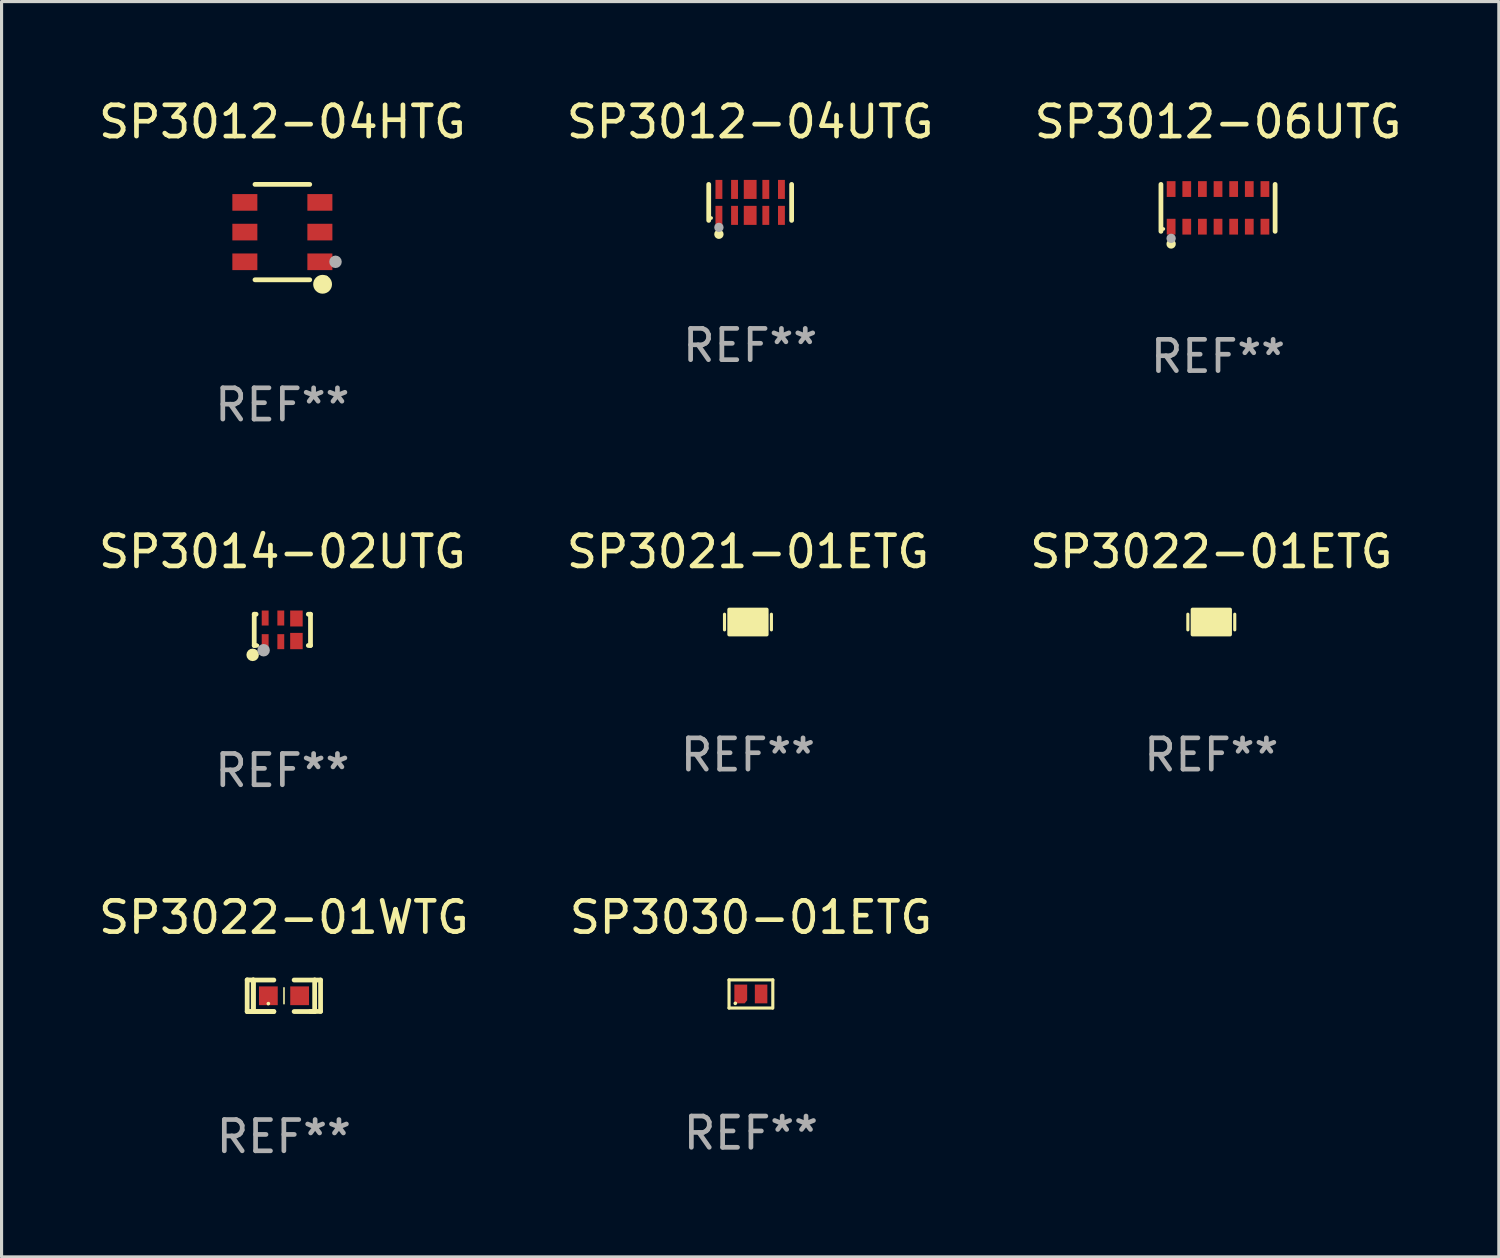
<source format=kicad_pcb>
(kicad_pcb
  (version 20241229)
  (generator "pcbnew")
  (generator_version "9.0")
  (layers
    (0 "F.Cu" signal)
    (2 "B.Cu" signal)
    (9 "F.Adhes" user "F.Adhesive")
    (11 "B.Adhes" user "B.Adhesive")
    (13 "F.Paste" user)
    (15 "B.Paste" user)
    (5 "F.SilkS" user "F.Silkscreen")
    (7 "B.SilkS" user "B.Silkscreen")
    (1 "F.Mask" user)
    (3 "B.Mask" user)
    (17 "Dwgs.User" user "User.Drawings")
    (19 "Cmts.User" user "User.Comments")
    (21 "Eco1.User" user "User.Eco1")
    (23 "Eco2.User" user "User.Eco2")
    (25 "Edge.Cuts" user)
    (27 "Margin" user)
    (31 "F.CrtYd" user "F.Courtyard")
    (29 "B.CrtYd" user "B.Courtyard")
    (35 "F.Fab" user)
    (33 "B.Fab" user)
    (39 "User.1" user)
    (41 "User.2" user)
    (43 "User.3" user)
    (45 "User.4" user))
  (footprint "SP3030-01ETG"
    (layer "F.Cu")
    (at 20.97 28.744)
    (property "Reference" "SP3030-01ETG" (at 0 -2.45 0) (layer "F.SilkS") (effects (font (size 1 1) (thickness 0.15))))
    (attr through_hole)
    (fp_line (start -0.7 -0.45) (end -0.7 0.45) (stroke (width 0.1) (type solid)) (layer "F.SilkS"))
    (fp_line (start -0.7 -0.45) (end 0.7 -0.45) (stroke (width 0.1) (type solid)) (layer "F.SilkS"))
    (fp_line (start -0.7 0.45) (end 0.69 0.45) (stroke (width 0.1) (type solid)) (layer "F.SilkS"))
    (fp_line (start 0.7 -0.45) (end 0.7 0.45) (stroke (width 0.1) (type solid)) (layer "F.SilkS"))
    (fp_circle (center -0.5 0.3) (end -0.47 0.3) (stroke (width 0.06) (type solid)) (fill no) (layer "F.SilkS"))
    (fp_text user "REF**" (at 0 4.45 0) (layer "F.Fab") (effects (font (size 1 1) (thickness 0.15))))
    (pad "1" smd custom (at -0.325 0) (size 0.41 0.6) (layers "F.Cu" "F.Mask" "F.Paste") (options (anchor circle)) (primitives (gr_poly (pts (xy -0.205 -0.3) (xy -0.205 0.3) (xy 0.125 0.3) (xy 0.205 0.2) (xy 0.205 -0.3) (xy -0.205 -0.3)) (width 0) (fill yes))))
    (pad "2" smd rect (at 0.325 0 90) (size 0.6 0.4) (layers "F.Cu" "F.Mask" "F.Paste")))
  (footprint "SP3021-01ETG"
    (layer "F.Cu")
    (at 20.875 16.847)
    (property "Reference" "SP3021-01ETG" (at 0 -2.25 0) (layer "F.SilkS") (effects (font (size 1 1) (thickness 0.15))))
    (attr through_hole)
    (fp_line (start -0.75 0.25) (end -0.75 -0.25) (stroke (width 0.1) (type solid)) (layer "F.SilkS"))
    (fp_line (start 0.75 -0.25) (end 0.75 0.25) (stroke (width 0.1) (type solid)) (layer "F.SilkS"))
    (fp_circle (center -0.5 0.3) (end -0.47 0.3) (stroke (width 0.06) (type solid)) (fill no) (layer "F.SilkS"))
    (fp_poly (pts (xy -0.6 -0.4) (xy 0.6 -0.4) (xy 0.6 0.4) (xy -0.6 0.4)) (stroke (width 0.12) (type solid)) (fill yes) (layer "F.SilkS"))
    (fp_text user "REF**" (at 0 4.25 0) (layer "F.Fab") (effects (font (size 1 1) (thickness 0.15))))
    (pad "1" smd rect (at -0.325 -0.000013) (size 0.3 0.6) (layers "F.Cu" "F.Mask" "F.Paste"))
    (pad "2" smd rect (at 0.325 -0.000013) (size 0.3 0.6) (layers "F.Cu" "F.Mask" "F.Paste")))
  (footprint "SP3012-06UTG"
    (layer "F.Cu")
    (at 35.911 3.599)
    (property "Reference" "SP3012-06UTG" (at 0 -2.751 0) (layer "F.SilkS") (effects (font (size 1 1) (thickness 0.15))))
    (attr through_hole)
    (fp_line (start -1.826 0.751) (end -1.826 -0.751) (stroke (width 0.152) (type solid)) (layer "F.SilkS"))
    (fp_line (start 1.826 0.751) (end 1.826 -0.751) (stroke (width 0.152) (type solid)) (layer "F.SilkS"))
    (fp_circle (center -1.75 0.675) (end -1.72 0.675) (stroke (width 0.06) (type solid)) (fill no) (layer "F.SilkS"))
    (fp_circle (center -1.5 1.155) (end -1.425 1.155) (stroke (width 0.15) (type solid)) (fill no) (layer "F.SilkS"))
    (fp_circle (center -1.5 0.975) (end -1.425 0.975) (stroke (width 0.15) (type solid)) (fill no) (layer "F.Fab"))
    (fp_text user "REF**" (at 0 4.751 0) (layer "F.Fab") (effects (font (size 1 1) (thickness 0.15))))
    (pad "1" smd rect (at -1.5 0.602) (size 0.28 0.505) (layers "F.Cu" "F.Mask" "F.Paste"))
    (pad "2" smd rect (at -1 0.602) (size 0.28 0.505) (layers "F.Cu" "F.Mask" "F.Paste"))
    (pad "3" smd rect (at -0.5 0.602) (size 0.28 0.505) (layers "F.Cu" "F.Mask" "F.Paste"))
    (pad "4" smd rect (at 0 0.602) (size 0.28 0.505) (layers "F.Cu" "F.Mask" "F.Paste"))
    (pad "5" smd rect (at 0.5 0.602) (size 0.28 0.505) (layers "F.Cu" "F.Mask" "F.Paste"))
    (pad "6" smd rect (at 1 0.602) (size 0.28 0.505) (layers "F.Cu" "F.Mask" "F.Paste"))
    (pad "7" smd rect (at 1.5 0.602) (size 0.28 0.505) (layers "F.Cu" "F.Mask" "F.Paste"))
    (pad "8" smd rect (at 1.5 -0.602) (size 0.28 0.505) (layers "F.Cu" "F.Mask" "F.Paste"))
    (pad "9" smd rect (at 1 -0.602) (size 0.28 0.505) (layers "F.Cu" "F.Mask" "F.Paste"))
    (pad "10" smd rect (at 0.5 -0.602) (size 0.28 0.505) (layers "F.Cu" "F.Mask" "F.Paste"))
    (pad "11" smd rect (at 0 -0.602) (size 0.28 0.505) (layers "F.Cu" "F.Mask" "F.Paste"))
    (pad "12" smd rect (at -0.5 -0.602) (size 0.28 0.505) (layers "F.Cu" "F.Mask" "F.Paste"))
    (pad "13" smd rect (at -1 -0.602) (size 0.28 0.505) (layers "F.Cu" "F.Mask" "F.Paste"))
    (pad "14" smd rect (at -1.5 -0.602) (size 0.28 0.505) (layers "F.Cu" "F.Mask" "F.Paste")))
  (footprint "SP3022-01WTG"
    (layer "F.Cu")
    (at 6.03 28.8)
    (property "Reference" "SP3022-01WTG" (at 0 -2.506 0) (layer "F.SilkS") (effects (font (size 1 1) (thickness 0.15))))
    (attr through_hole)
    (fp_line (start -1.174 -0.506) (end -0.977 -0.502) (stroke (width 0.152) (type solid)) (layer "F.SilkS"))
    (fp_line (start -1.174 0.506) (end -1.174 -0.506) (stroke (width 0.152) (type solid)) (layer "F.SilkS"))
    (fp_line (start -0.977 -0.502) (end -0.977 0.506) (stroke (width 0.152) (type solid)) (layer "F.SilkS"))
    (fp_line (start -0.977 -0.502) (end -0.977 0.506) (stroke (width 0.152) (type solid)) (layer "F.SilkS"))
    (fp_line (start -0.977 0.506) (end -1.166 0.506) (stroke (width 0.152) (type solid)) (layer "F.SilkS"))
    (fp_line (start -0.977 0.506) (end -0.32 0.506) (stroke (width 0.152) (type solid)) (layer "F.SilkS"))
    (fp_line (start -0.977 0.506) (end -0.32 0.506) (stroke (width 0.152) (type solid)) (layer "F.SilkS"))
    (fp_line (start -0.971 0.506) (end -1.174 0.506) (stroke (width 0.152) (type solid)) (layer "F.SilkS"))
    (fp_line (start -0.32 -0.502) (end -0.977 -0.502) (stroke (width 0.152) (type solid)) (layer "F.SilkS"))
    (fp_line (start 0.004 -0.252) (end 0.004 0.256) (stroke (width 0.051) (type solid)) (layer "F.SilkS"))
    (fp_line (start 0.328 0.506) (end 0.985 0.506) (stroke (width 0.152) (type solid)) (layer "F.SilkS"))
    (fp_line (start 0.985 -0.502) (end 0.328 -0.502) (stroke (width 0.152) (type solid)) (layer "F.SilkS"))
    (fp_line (start 0.985 -0.502) (end 1.174 -0.502) (stroke (width 0.152) (type solid)) (layer "F.SilkS"))
    (fp_line (start 0.985 0.506) (end 0.985 -0.502) (stroke (width 0.152) (type solid)) (layer "F.SilkS"))
    (fp_line (start 1.174 -0.502) (end 1.174 0.502) (stroke (width 0.152) (type solid)) (layer "F.SilkS"))
    (fp_line (start 1.174 0.502) (end 0.851 0.502) (stroke (width 0.152) (type solid)) (layer "F.SilkS"))
    (fp_circle (center -0.497 0.253) (end -0.467 0.253) (stroke (width 0.06) (type solid)) (fill no) (layer "F.SilkS"))
    (fp_text user "REF**" (at 0 4.506 0) (layer "F.Fab") (effects (font (size 1 1) (thickness 0.15))))
    (pad "1" smd rect (at -0.496 0.002) (size 0.6 0.6) (layers "F.Cu" "F.Mask" "F.Paste"))
    (pad "2" smd rect (at 0.504 0.002) (size 0.6 0.6) (layers "F.Cu" "F.Mask" "F.Paste")))
  (footprint "SP3022-01ETG"
    (layer "F.Cu")
    (at 35.696 16.847)
    (property "Reference" "SP3022-01ETG" (at 0 -2.25 0) (layer "F.SilkS") (effects (font (size 1 1) (thickness 0.15))))
    (attr through_hole)
    (fp_line (start -0.75 0.25) (end -0.75 -0.25) (stroke (width 0.1) (type solid)) (layer "F.SilkS"))
    (fp_line (start 0.75 -0.25) (end 0.75 0.25) (stroke (width 0.1) (type solid)) (layer "F.SilkS"))
    (fp_circle (center -0.5 0.3) (end -0.47 0.3) (stroke (width 0.06) (type solid)) (fill no) (layer "F.SilkS"))
    (fp_poly (pts (xy -0.6 -0.4) (xy 0.6 -0.4) (xy 0.6 0.4) (xy -0.6 0.4)) (stroke (width 0.12) (type solid)) (fill yes) (layer "F.SilkS"))
    (fp_text user "REF**" (at 0 4.25 0) (layer "F.Fab") (effects (font (size 1 1) (thickness 0.15))))
    (pad "1" smd rect (at -0.325 -0.000013) (size 0.3 0.6) (layers "F.Cu" "F.Mask" "F.Paste"))
    (pad "2" smd rect (at 0.325 -0.000013) (size 0.3 0.6) (layers "F.Cu" "F.Mask" "F.Paste")))
  (footprint "SP3014-02UTG"
    (layer "F.Cu")
    (at 5.982 17.097)
    (property "Reference" "SP3014-02UTG" (at 0 -2.5 0) (layer "F.SilkS") (effects (font (size 1 1) (thickness 0.15))))
    (attr through_hole)
    (fp_line (start -0.9 -0.5) (end -0.9 0.5) (stroke (width 0.152) (type solid)) (layer "F.SilkS"))
    (fp_line (start -0.9 -0.5) (end -0.84 -0.5) (stroke (width 0.152) (type solid)) (layer "F.SilkS"))
    (fp_line (start -0.84 0.5) (end -0.9 0.5) (stroke (width 0.152) (type solid)) (layer "F.SilkS"))
    (fp_line (start 0.83 -0.5) (end 0.9 -0.5) (stroke (width 0.152) (type solid)) (layer "F.SilkS"))
    (fp_line (start 0.9 -0.5) (end 0.9 0.5) (stroke (width 0.152) (type solid)) (layer "F.SilkS"))
    (fp_line (start 0.9 0.5) (end 0.83 0.5) (stroke (width 0.152) (type solid)) (layer "F.SilkS"))
    (fp_circle (center -0.95 0.8) (end -0.85 0.8) (stroke (width 0.2) (type solid)) (fill no) (layer "F.SilkS"))
    (fp_circle (center -0.8 0.5) (end -0.77 0.5) (stroke (width 0.06) (type solid)) (fill no) (layer "F.SilkS"))
    (fp_circle (center -0.6 0.652) (end -0.5 0.652) (stroke (width 0.2) (type solid)) (fill no) (layer "F.Fab"))
    (fp_text user "REF**" (at 0 4.5 0) (layer "F.Fab") (effects (font (size 1 1) (thickness 0.15))))
    (pad "1" smd rect (at -0.55 0.378 90) (size 0.48 0.22) (layers "F.Cu" "F.Mask" "F.Paste"))
    (pad "2" smd rect (at -0.05 0.378 90) (size 0.48 0.22) (layers "F.Cu" "F.Mask" "F.Paste"))
    (pad "3" smd rect (at 0.45 0.358 180) (size 0.4 0.521) (layers "F.Cu" "F.Mask" "F.Paste"))
    (pad "4" smd rect (at 0.45 -0.363 180) (size 0.4 0.51) (layers "F.Cu" "F.Mask" "F.Paste"))
    (pad "5" smd rect (at -0.05 -0.378 90) (size 0.48 0.22) (layers "F.Cu" "F.Mask" "F.Paste"))
    (pad "6" smd rect (at -0.55 -0.378 90) (size 0.48 0.22) (layers "F.Cu" "F.Mask" "F.Paste")))
  (footprint "SP3012-04HTG"
    (layer "F.Cu")
    (at 5.982 4.374)
    (property "Reference" "SP3012-04HTG" (at 0 -3.526 0) (layer "F.SilkS") (effects (font (size 1 1) (thickness 0.15))))
    (attr through_hole)
    (fp_line (start 0.876 -1.526) (end -0.876 -1.526) (stroke (width 0.152) (type solid)) (layer "F.SilkS"))
    (fp_line (start 0.876 1.526) (end -0.876 1.526) (stroke (width 0.152) (type solid)) (layer "F.SilkS"))
    (fp_circle (center 1.287 1.669) (end 1.438 1.669) (stroke (width 0.3) (type solid)) (fill no) (layer "F.SilkS"))
    (fp_circle (center 1.4 1.45) (end 1.43 1.45) (stroke (width 0.06) (type solid)) (fill no) (layer "F.SilkS"))
    (fp_circle (center 1.7 0.95) (end 1.8 0.95) (stroke (width 0.2) (type solid)) (fill no) (layer "F.Fab"))
    (fp_text user "REF**" (at 0 5.526 0) (layer "F.Fab") (effects (font (size 1 1) (thickness 0.15))))
    (pad "1" smd rect (at 1.2 0.95) (size 0.8 0.532) (layers "F.Cu" "F.Mask" "F.Paste"))
    (pad "2" smd rect (at 1.2 0) (size 0.8 0.532) (layers "F.Cu" "F.Mask" "F.Paste"))
    (pad "3" smd rect (at 1.2 -0.95) (size 0.8 0.532) (layers "F.Cu" "F.Mask" "F.Paste"))
    (pad "4" smd rect (at -1.2 -0.95) (size 0.8 0.532) (layers "F.Cu" "F.Mask" "F.Paste"))
    (pad "5" smd rect (at -1.2 0) (size 0.8 0.532) (layers "F.Cu" "F.Mask" "F.Paste"))
    (pad "6" smd rect (at -1.2 0.95) (size 0.8 0.532) (layers "F.Cu" "F.Mask" "F.Paste")))
  (footprint "SP3012-04UTG"
    (layer "F.Cu")
    (at 20.946 3.424)
    (property "Reference" "SP3012-04UTG" (at 0 -2.576 0) (layer "F.SilkS") (effects (font (size 1 1) (thickness 0.15))))
    (attr through_hole)
    (fp_line (start -1.326 0.576) (end -1.326 -0.576) (stroke (width 0.152) (type solid)) (layer "F.SilkS"))
    (fp_line (start 1.326 0.576) (end 1.326 -0.576) (stroke (width 0.152) (type solid)) (layer "F.SilkS"))
    (fp_circle (center -1.25 0.5) (end -1.22 0.5) (stroke (width 0.06) (type solid)) (fill no) (layer "F.SilkS"))
    (fp_circle (center -1 1.019) (end -0.925 1.019) (stroke (width 0.15) (type solid)) (fill no) (layer "F.SilkS"))
    (fp_circle (center -1 0.8) (end -0.925 0.8) (stroke (width 0.15) (type solid)) (fill no) (layer "F.Fab"))
    (fp_text user "REF**" (at 0 4.576 0) (layer "F.Fab") (effects (font (size 1 1) (thickness 0.15))))
    (pad "1" smd rect (at -1 0.415) (size 0.22 0.609) (layers "F.Cu" "F.Mask" "F.Paste"))
    (pad "2" smd rect (at -0.5 0.415) (size 0.22 0.609) (layers "F.Cu" "F.Mask" "F.Paste"))
    (pad "3" smd rect (at 0 0.415) (size 0.41 0.609) (layers "F.Cu" "F.Mask" "F.Paste"))
    (pad "4" smd rect (at 0.5 0.415) (size 0.22 0.609) (layers "F.Cu" "F.Mask" "F.Paste"))
    (pad "5" smd rect (at 1 0.415) (size 0.22 0.609) (layers "F.Cu" "F.Mask" "F.Paste"))
    (pad "6" smd rect (at 1 -0.415) (size 0.22 0.609) (layers "F.Cu" "F.Mask" "F.Paste"))
    (pad "7" smd rect (at 0.5 -0.415) (size 0.22 0.609) (layers "F.Cu" "F.Mask" "F.Paste"))
    (pad "8" smd rect (at 0 -0.415) (size 0.41 0.609) (layers "F.Cu" "F.Mask" "F.Paste"))
    (pad "9" smd rect (at -0.5 -0.415) (size 0.22 0.609) (layers "F.Cu" "F.Mask" "F.Paste"))
    (pad "10" smd rect (at -1 -0.415) (size 0.22 0.609) (layers "F.Cu" "F.Mask" "F.Paste")))
  (gr_rect
    (start -3 -3)
    (end 44.893 37.154)
    (stroke (width 0.1) (type default))
    (fill no)
    (layer "Edge.Cuts")))
</source>
